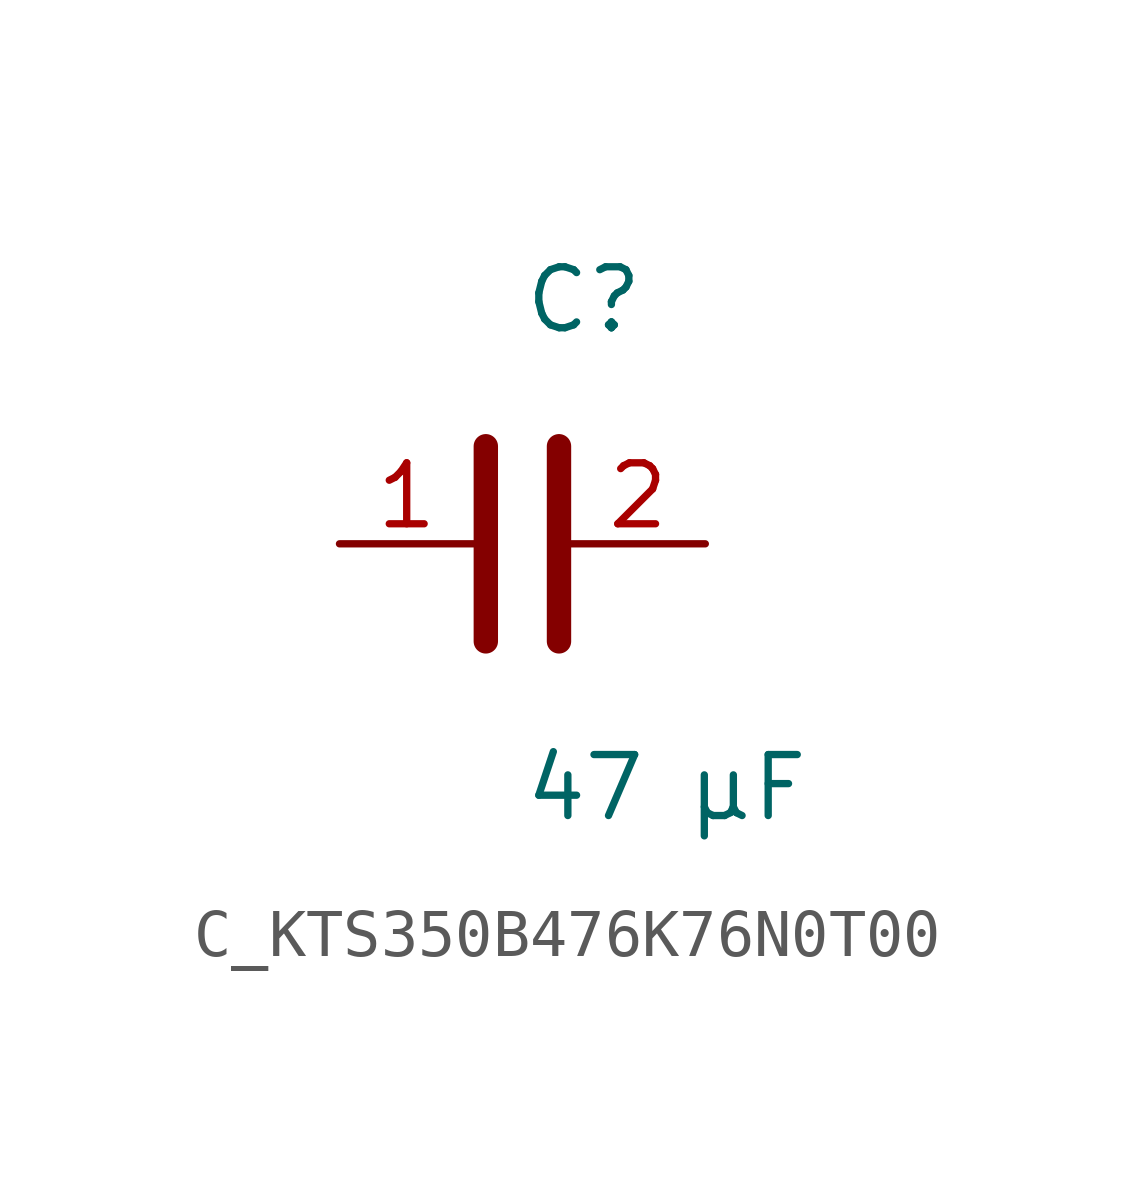
<source format=kicad_sym>
(kicad_symbol_lib
  (version 20231120)
  (generator kicad_symbol_editor)
  (generator_version 8.0)
  (symbol "C_KTS350B476K76N0T00"
    (pin_names
      (offset 0.254))
    (property "Reference" "C"
      (at 0.0 5.08 0)
      (effects (font (size 1.27 1.27)) (justify left)))
    (property "Value" "47 µF"
      (at 0.0 -5.08 0)
      (effects (font (size 1.27 1.27)) (justify left)))
    (symbol "C_KTS350B476K76N0T00_0_1"
      (polyline (pts (xy -0.762 -2.032) (xy -0.762 2.032)) (stroke (width 0.508) (type default)) (fill (type none)))
      (polyline (pts (xy 0.762 -2.032) (xy 0.762 2.032)) (stroke (width 0.508) (type default)) (fill (type none))))
    (pin unspecified line
      (at -3.81 0 0)
      (length 2.8)
      (name "" (effects (font (size 1.27 1.27))))
      (number "1" (effects (font (size 1.27 1.27)))))
    (pin unspecified line
      (at 3.81 0 180)
      (length 2.8)
      (name "" (effects (font (size 1.27 1.27))))
      (number "2" (effects (font (size 1.27 1.27)))))))
</source>
